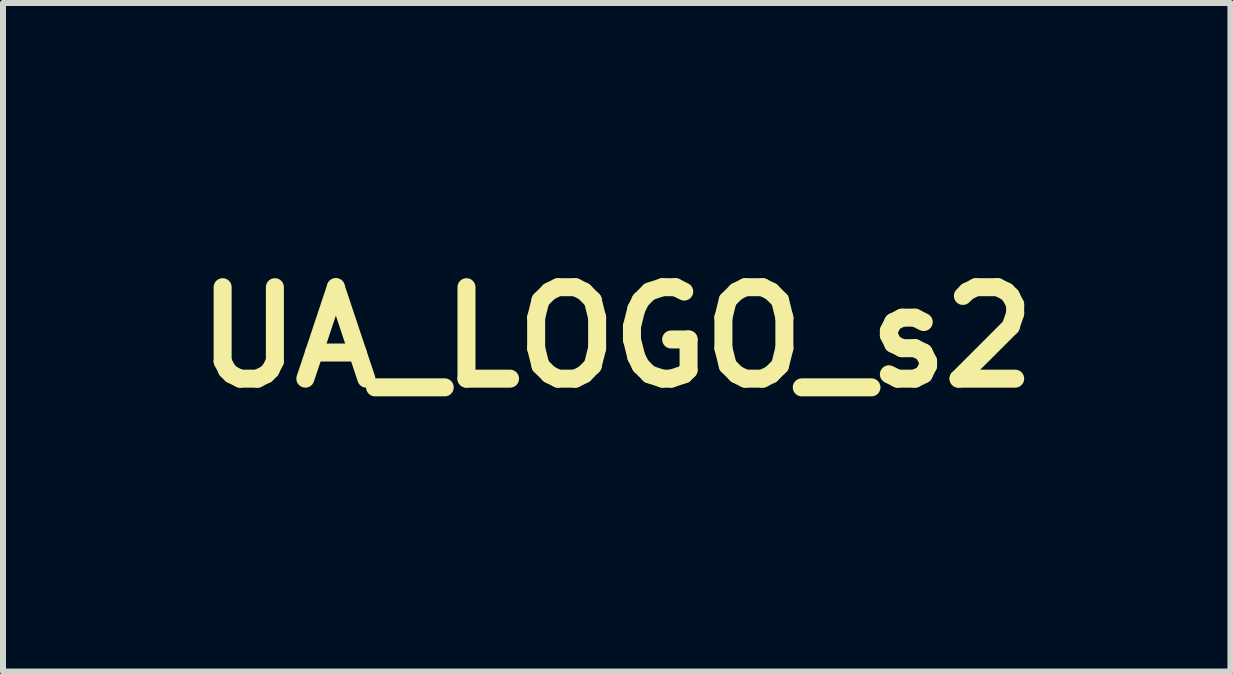
<source format=kicad_pcb>
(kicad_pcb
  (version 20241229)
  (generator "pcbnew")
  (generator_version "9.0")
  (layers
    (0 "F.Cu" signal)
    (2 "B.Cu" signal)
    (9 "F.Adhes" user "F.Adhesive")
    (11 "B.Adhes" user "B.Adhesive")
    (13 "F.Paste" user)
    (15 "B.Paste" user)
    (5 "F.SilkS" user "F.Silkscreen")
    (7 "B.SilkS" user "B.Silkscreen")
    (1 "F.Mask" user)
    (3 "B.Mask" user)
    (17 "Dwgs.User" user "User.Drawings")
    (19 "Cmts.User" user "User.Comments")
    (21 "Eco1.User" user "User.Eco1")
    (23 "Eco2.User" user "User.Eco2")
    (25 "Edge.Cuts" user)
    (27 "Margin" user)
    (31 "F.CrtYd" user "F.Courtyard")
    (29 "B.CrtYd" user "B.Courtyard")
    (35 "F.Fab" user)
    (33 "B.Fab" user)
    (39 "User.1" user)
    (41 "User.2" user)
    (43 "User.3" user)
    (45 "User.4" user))
  (footprint "UA_LOGO_s2"
    (layer "F.Cu")
    (at 7.228 2.571)
    (property "Reference" "UA_LOGO_s2" (at 0 0 0) (layer "F.SilkS") (effects (font (size 1.524 1.524) (thickness 0.3))))
    (attr through_hole)
    (fp_poly (pts (xy 0.000377 -2.566) (xy 0.001 -2.565) (xy 0.002 -2.564) (xy 0.004 -2.562) (xy 0.006 -2.56) (xy 0.008 -2.557) (xy 0.01 -2.555) (xy 0.013 -2.552) (xy 0.015 -2.549) (xy 0.018 -2.546) (xy 0.02 -2.543) (xy 0.023 -2.539) (xy 0.024 -2.538) (xy 0.039 -2.519) (xy 0.053 -2.5) (xy 0.066 -2.48) (xy 0.079 -2.459) (xy 0.092 -2.438) (xy 0.103 -2.417) (xy 0.114 -2.396) (xy 0.124 -2.374) (xy 0.134 -2.352) (xy 0.143 -2.33) (xy 0.151 -2.307) (xy 0.158 -2.285) (xy 0.165 -2.261) (xy 0.171 -2.238) (xy 0.176 -2.215) (xy 0.181 -2.191) (xy 0.185 -2.167) (xy 0.188 -2.143) (xy 0.189 -2.134) (xy 0.19 -2.125) (xy 0.19 -2.116) (xy 0.191 -2.107) (xy 0.191 -2.097) (xy 0.192 -2.088) (xy 0.192 -2.079) (xy 0.192 -2.069) (xy 0.192 -2.059) (xy 0.192 -2.048) (xy 0.192 -2.037) (xy 0.192 -2.025) (xy 0.192 -2.023) (xy 0.192 -2.01) (xy 0.191 -1.997) (xy 0.191 -1.985) (xy 0.19 -1.973) (xy 0.19 -1.96) (xy 0.19 -1.948) (xy 0.189 -1.936) (xy 0.189 -1.924) (xy 0.188 -1.912) (xy 0.188 -1.899) (xy 0.187 -1.887) (xy 0.187 -1.875) (xy 0.186 -1.862) (xy 0.186 -1.85) (xy 0.185 -1.837) (xy 0.185 -1.824) (xy 0.184 -1.811) (xy 0.183 -1.798) (xy 0.183 -1.784) (xy 0.182 -1.77) (xy 0.181 -1.756) (xy 0.18 -1.741) (xy 0.179 -1.727) (xy 0.179 -1.711) (xy 0.178 -1.696) (xy 0.177 -1.679) (xy 0.176 -1.663) (xy 0.175 -1.646) (xy 0.174 -1.628) (xy 0.172 -1.61) (xy 0.171 -1.592) (xy 0.17 -1.572) (xy 0.169 -1.553) (xy 0.167 -1.532) (xy 0.166 -1.511) (xy 0.164 -1.489) (xy 0.163 -1.467) (xy 0.161 -1.443) (xy 0.161 -1.433) (xy 0.16 -1.417) (xy 0.159 -1.402) (xy 0.158 -1.388) (xy 0.157 -1.374) (xy 0.156 -1.361) (xy 0.155 -1.349) (xy 0.154 -1.337) (xy 0.153 -1.325) (xy 0.153 -1.314) (xy 0.152 -1.304) (xy 0.151 -1.294) (xy 0.151 -1.285) (xy 0.15 -1.275) (xy 0.149 -1.266) (xy 0.149 -1.258) (xy 0.148 -1.25) (xy 0.148 -1.241) (xy 0.147 -1.234) (xy 0.147 -1.226) (xy 0.146 -1.218) (xy 0.146 -1.211) (xy 0.145 -1.203) (xy 0.145 -1.196) (xy 0.145 -1.188) (xy 0.144 -1.181) (xy 0.144 -1.173) (xy 0.143 -1.166) (xy 0.143 -1.158) (xy 0.143 -1.157) (xy 0.141 -1.124) (xy 0.139 -1.093) (xy 0.138 -1.062) (xy 0.136 -1.032) (xy 0.135 -1.002) (xy 0.134 -0.974) (xy 0.132 -0.946) (xy 0.132 -0.918) (xy 0.131 -0.891) (xy 0.13 -0.865) (xy 0.129 -0.84) (xy 0.129 -0.82) (xy 0.129 -0.811) (xy 0.129 -0.803) (xy 0.129 -0.795) (xy 0.128 -0.788) (xy 0.128 -0.781) (xy 0.128 -0.776) (xy 0.128 -0.77) (xy 0.128 -0.765) (xy 0.128 -0.76) (xy 0.128 -0.756) (xy 0.128 -0.752) (xy 0.128 -0.748) (xy 0.128 -0.744) (xy 0.128 -0.741) (xy 0.128 -0.737) (xy 0.128 -0.734) (xy 0.128 -0.73) (xy 0.128 -0.728) (xy 0.128 -0.692) (xy 0.129 -0.657) (xy 0.131 -0.62) (xy 0.133 -0.584) (xy 0.136 -0.548) (xy 0.14 -0.511) (xy 0.145 -0.474) (xy 0.15 -0.436) (xy 0.156 -0.399) (xy 0.162 -0.361) (xy 0.169 -0.322) (xy 0.177 -0.284) (xy 0.186 -0.245) (xy 0.187 -0.237) (xy 0.194 -0.211) (xy 0.2 -0.185) (xy 0.207 -0.158) (xy 0.214 -0.131) (xy 0.221 -0.104) (xy 0.229 -0.077) (xy 0.237 -0.049) (xy 0.246 -0.021) (xy 0.255 0.007) (xy 0.264 0.036) (xy 0.273 0.065) (xy 0.283 0.095) (xy 0.294 0.125) (xy 0.305 0.155) (xy 0.316 0.186) (xy 0.328 0.218) (xy 0.34 0.25) (xy 0.352 0.283) (xy 0.362 0.309) (xy 0.365 0.316) (xy 0.368 0.323) (xy 0.37 0.329) (xy 0.372 0.334) (xy 0.374 0.339) (xy 0.376 0.344) (xy 0.377 0.348) (xy 0.379 0.351) (xy 0.38 0.355) (xy 0.381 0.358) (xy 0.383 0.36) (xy 0.384 0.363) (xy 0.385 0.365) (xy 0.386 0.368) (xy 0.387 0.37) (xy 0.388 0.372) (xy 0.389 0.374) (xy 0.39 0.376) (xy 0.391 0.379) (xy 0.391 0.379) (xy 0.396 0.389) (xy 0.401 0.4) (xy 0.407 0.412) (xy 0.413 0.424) (xy 0.419 0.436) (xy 0.425 0.448) (xy 0.431 0.46) (xy 0.438 0.473) (xy 0.444 0.485) (xy 0.45 0.497) (xy 0.452 0.501) (xy 0.455 0.507) (xy 0.458 0.513) (xy 0.461 0.519) (xy 0.465 0.525) (xy 0.468 0.532) (xy 0.471 0.538) (xy 0.475 0.545) (xy 0.479 0.552) (xy 0.482 0.559) (xy 0.486 0.566) (xy 0.49 0.573) (xy 0.493 0.58) (xy 0.497 0.587) (xy 0.501 0.594) (xy 0.504 0.601) (xy 0.508 0.607) (xy 0.511 0.614) (xy 0.514 0.62) (xy 0.517 0.625) (xy 0.52 0.631) (xy 0.523 0.636) (xy 0.526 0.641) (xy 0.528 0.646) (xy 0.53 0.65) (xy 0.532 0.653) (xy 0.534 0.656) (xy 0.535 0.659) (xy 0.536 0.661) (xy 0.537 0.662) (xy 0.537 0.663) (xy 0.538 0.663) (xy 0.538 0.663) (xy 0.539 0.663) (xy 0.541 0.662) (xy 0.543 0.662) (xy 0.546 0.661) (xy 0.55 0.661) (xy 0.554 0.66) (xy 0.558 0.659) (xy 0.563 0.658) (xy 0.569 0.657) (xy 0.574 0.656) (xy 0.58 0.655) (xy 0.586 0.653) (xy 0.593 0.652) (xy 0.599 0.651) (xy 0.606 0.65) (xy 0.612 0.648) (xy 0.619 0.647) (xy 0.626 0.645) (xy 0.633 0.644) (xy 0.639 0.643) (xy 0.646 0.641) (xy 0.652 0.64) (xy 0.658 0.639) (xy 0.664 0.638) (xy 0.669 0.637) (xy 0.674 0.636) (xy 0.679 0.635) (xy 0.684 0.634) (xy 0.687 0.633) (xy 0.691 0.632) (xy 0.693 0.632) (xy 0.696 0.631) (xy 0.697 0.631) (xy 0.697 0.631) (xy 0.711 0.628) (xy 0.724 0.624) (xy 0.737 0.619) (xy 0.749 0.613) (xy 0.762 0.607) (xy 0.774 0.601) (xy 0.785 0.593) (xy 0.796 0.585) (xy 0.807 0.577) (xy 0.817 0.568) (xy 0.827 0.558) (xy 0.836 0.548) (xy 0.845 0.537) (xy 0.853 0.526) (xy 0.86 0.515) (xy 0.867 0.503) (xy 0.872 0.494) (xy 0.877 0.482) (xy 0.882 0.47) (xy 0.886 0.458) (xy 0.89 0.445) (xy 0.893 0.433) (xy 0.895 0.42) (xy 0.897 0.406) (xy 0.897 0.406) (xy 0.897 0.403) (xy 0.897 0.399) (xy 0.898 0.395) (xy 0.898 0.391) (xy 0.898 0.386) (xy 0.898 0.381) (xy 0.898 0.377) (xy 0.898 0.372) (xy 0.898 0.368) (xy 0.898 0.365) (xy 0.898 0.365) (xy 0.896 0.351) (xy 0.894 0.337) (xy 0.892 0.323) (xy 0.888 0.31) (xy 0.884 0.296) (xy 0.879 0.284) (xy 0.874 0.271) (xy 0.867 0.259) (xy 0.861 0.247) (xy 0.853 0.235) (xy 0.845 0.224) (xy 0.836 0.214) (xy 0.827 0.203) (xy 0.817 0.194) (xy 0.807 0.184) (xy 0.796 0.176) (xy 0.796 0.176) (xy 0.784 0.168) (xy 0.773 0.16) (xy 0.761 0.154) (xy 0.749 0.148) (xy 0.736 0.142) (xy 0.724 0.137) (xy 0.711 0.133) (xy 0.698 0.13) (xy 0.684 0.128) (xy 0.671 0.126) (xy 0.658 0.124) (xy 0.65 0.124) (xy 0.641 0.124) (xy 0.614 0.127) (xy 0.61 0.127) (xy 0.605 0.128) (xy 0.601 0.128) (xy 0.598 0.129) (xy 0.594 0.129) (xy 0.592 0.129) (xy 0.59 0.129) (xy 0.588 0.13) (xy 0.587 0.13) (xy 0.587 0.13) (xy 0.587 0.129) (xy 0.587 0.128) (xy 0.587 0.126) (xy 0.587 0.124) (xy 0.588 0.12) (xy 0.588 0.116) (xy 0.589 0.112) (xy 0.589 0.106) (xy 0.59 0.1) (xy 0.591 0.094) (xy 0.592 0.086) (xy 0.593 0.079) (xy 0.594 0.07) (xy 0.595 0.061) (xy 0.596 0.051) (xy 0.597 0.041) (xy 0.598 0.03) (xy 0.6 0.019) (xy 0.601 0.007) (xy 0.603 -0.005) (xy 0.604 -0.018) (xy 0.606 -0.031) (xy 0.607 -0.045) (xy 0.609 -0.059) (xy 0.611 -0.073) (xy 0.611 -0.079) (xy 0.869 -0.079) (xy 0.87 -0.079) (xy 0.871 -0.078) (xy 0.872 -0.077) (xy 0.874 -0.076) (xy 0.876 -0.075) (xy 0.893 -0.066) (xy 0.911 -0.056) (xy 0.927 -0.045) (xy 0.944 -0.033) (xy 0.959 -0.021) (xy 0.975 -0.009) (xy 0.99 0.005) (xy 1.004 0.018) (xy 1.018 0.033) (xy 1.031 0.047) (xy 1.043 0.062) (xy 1.055 0.078) (xy 1.066 0.094) (xy 1.077 0.11) (xy 1.087 0.127) (xy 1.096 0.144) (xy 1.105 0.162) (xy 1.113 0.179) (xy 1.12 0.197) (xy 1.127 0.216) (xy 1.133 0.234) (xy 1.135 0.243) (xy 1.136 0.245) (xy 1.137 0.248) (xy 1.137 0.249) (xy 1.138 0.251) (xy 1.138 0.252) (xy 1.138 0.252) (xy 1.138 0.252) (xy 1.138 0.252) (xy 1.139 0.252) (xy 1.14 0.252) (xy 1.142 0.252) (xy 1.144 0.252) (xy 1.146 0.252) (xy 1.149 0.252) (xy 1.152 0.252) (xy 1.156 0.252) (xy 1.16 0.252) (xy 1.165 0.252) (xy 1.171 0.252) (xy 1.177 0.252) (xy 1.184 0.252) (xy 1.191 0.252) (xy 1.199 0.252) (xy 1.208 0.252) (xy 1.211 0.252) (xy 1.283 0.252) (xy 1.283 -0.697) (xy 1.283 -0.731) (xy 1.283 -0.763) (xy 1.283 -0.795) (xy 1.283 -0.826) (xy 1.283 -0.856) (xy 1.283 -0.886) (xy 1.283 -0.914) (xy 1.283 -0.943) (xy 1.283 -0.97) (xy 1.283 -0.997) (xy 1.283 -1.023) (xy 1.283 -1.048) (xy 1.283 -1.073) (xy 1.283 -1.097) (xy 1.283 -1.12) (xy 1.283 -1.143) (xy 1.283 -1.165) (xy 1.283 -1.186) (xy 1.283 -1.207) (xy 1.283 -1.227) (xy 1.283 -1.247) (xy 1.283 -1.266) (xy 1.283 -1.284) (xy 1.283 -1.302) (xy 1.283 -1.32) (xy 1.283 -1.336) (xy 1.283 -1.352) (xy 1.283 -1.368) (xy 1.283 -1.383) (xy 1.283 -1.398) (xy 1.283 -1.412) (xy 1.283 -1.425) (xy 1.283 -1.438) (xy 1.283 -1.451) (xy 1.283 -1.463) (xy 1.283 -1.475) (xy 1.283 -1.486) (xy 1.283 -1.497) (xy 1.283 -1.507) (xy 1.283 -1.517) (xy 1.283 -1.526) (xy 1.283 -1.535) (xy 1.283 -1.543) (xy 1.283 -1.551) (xy 1.283 -1.559) (xy 1.283 -1.566) (xy 1.283 -1.573) (xy 1.283 -1.58) (xy 1.283 -1.586) (xy 1.283 -1.592) (xy 1.283 -1.597) (xy 1.283 -1.602) (xy 1.283 -1.607) (xy 1.283 -1.612) (xy 1.283 -1.616) (xy 1.283 -1.62) (xy 1.283 -1.623) (xy 1.283 -1.627) (xy 1.283 -1.629) (xy 1.283 -1.632) (xy 1.283 -1.635) (xy 1.283 -1.637) (xy 1.283 -1.639) (xy 1.283 -1.64) (xy 1.283 -1.642) (xy 1.283 -1.643) (xy 1.283 -1.644) (xy 1.283 -1.645) (xy 1.283 -1.646) (xy 1.283 -1.646) (xy 1.283 -1.646) (xy 1.283 -1.646) (xy 1.283 -1.646) (xy 1.282 -1.646) (xy 1.281 -1.645) (xy 1.28 -1.644) (xy 1.279 -1.642) (xy 1.277 -1.64) (xy 1.275 -1.638) (xy 1.274 -1.636) (xy 1.254 -1.611) (xy 1.234 -1.585) (xy 1.215 -1.559) (xy 1.196 -1.533) (xy 1.178 -1.506) (xy 1.161 -1.479) (xy 1.145 -1.452) (xy 1.129 -1.424) (xy 1.114 -1.395) (xy 1.099 -1.367) (xy 1.085 -1.338) (xy 1.078 -1.321) (xy 1.065 -1.292) (xy 1.053 -1.262) (xy 1.042 -1.232) (xy 1.032 -1.202) (xy 1.022 -1.172) (xy 1.013 -1.141) (xy 1.004 -1.11) (xy 0.997 -1.079) (xy 0.99 -1.048) (xy 0.984 -1.017) (xy 0.979 -0.985) (xy 0.974 -0.954) (xy 0.974 -0.953) (xy 0.974 -0.951) (xy 0.973 -0.949) (xy 0.973 -0.946) (xy 0.973 -0.942) (xy 0.972 -0.938) (xy 0.971 -0.933) (xy 0.971 -0.927) (xy 0.97 -0.921) (xy 0.969 -0.914) (xy 0.968 -0.907) (xy 0.967 -0.899) (xy 0.966 -0.891) (xy 0.965 -0.882) (xy 0.964 -0.872) (xy 0.963 -0.862) (xy 0.962 -0.852) (xy 0.96 -0.841) (xy 0.959 -0.83) (xy 0.958 -0.818) (xy 0.956 -0.806) (xy 0.955 -0.794) (xy 0.953 -0.781) (xy 0.952 -0.768) (xy 0.95 -0.755) (xy 0.948 -0.741) (xy 0.947 -0.727) (xy 0.945 -0.713) (xy 0.943 -0.698) (xy 0.942 -0.684) (xy 0.94 -0.669) (xy 0.938 -0.654) (xy 0.936 -0.639) (xy 0.934 -0.623) (xy 0.932 -0.608) (xy 0.931 -0.592) (xy 0.929 -0.576) (xy 0.927 -0.561) (xy 0.925 -0.545) (xy 0.923 -0.529) (xy 0.921 -0.513) (xy 0.919 -0.497) (xy 0.917 -0.482) (xy 0.915 -0.466) (xy 0.914 -0.45) (xy 0.912 -0.435) (xy 0.91 -0.419) (xy 0.908 -0.404) (xy 0.906 -0.388) (xy 0.904 -0.373) (xy 0.903 -0.358) (xy 0.901 -0.343) (xy 0.899 -0.329) (xy 0.897 -0.314) (xy 0.896 -0.3) (xy 0.894 -0.286) (xy 0.892 -0.273) (xy 0.891 -0.26) (xy 0.889 -0.247) (xy 0.888 -0.234) (xy 0.886 -0.222) (xy 0.885 -0.21) (xy 0.884 -0.198) (xy 0.882 -0.187) (xy 0.881 -0.177) (xy 0.88 -0.166) (xy 0.879 -0.157) (xy 0.877 -0.147) (xy 0.876 -0.139) (xy 0.875 -0.13) (xy 0.874 -0.123) (xy 0.874 -0.116) (xy 0.873 -0.109) (xy 0.872 -0.103) (xy 0.872 -0.098) (xy 0.871 -0.093) (xy 0.87 -0.089) (xy 0.87 -0.085) (xy 0.87 -0.083) (xy 0.869 -0.081) (xy 0.869 -0.079) (xy 0.869 -0.079) (xy 0.869 -0.079) (xy 0.611 -0.079) (xy 0.613 -0.088) (xy 0.614 -0.104) (xy 0.616 -0.119) (xy 0.618 -0.136) (xy 0.62 -0.152) (xy 0.622 -0.169) (xy 0.624 -0.186) (xy 0.626 -0.204) (xy 0.629 -0.222) (xy 0.631 -0.24) (xy 0.633 -0.258) (xy 0.635 -0.277) (xy 0.637 -0.296) (xy 0.64 -0.315) (xy 0.642 -0.334) (xy 0.644 -0.354) (xy 0.647 -0.374) (xy 0.649 -0.39) (xy 0.651 -0.41) (xy 0.653 -0.43) (xy 0.656 -0.449) (xy 0.658 -0.469) (xy 0.66 -0.488) (xy 0.663 -0.507) (xy 0.665 -0.526) (xy 0.667 -0.544) (xy 0.669 -0.562) (xy 0.671 -0.58) (xy 0.674 -0.598) (xy 0.676 -0.615) (xy 0.678 -0.632) (xy 0.68 -0.648) (xy 0.682 -0.665) (xy 0.683 -0.68) (xy 0.685 -0.696) (xy 0.687 -0.711) (xy 0.689 -0.725) (xy 0.691 -0.74) (xy 0.692 -0.753) (xy 0.694 -0.767) (xy 0.695 -0.78) (xy 0.697 -0.792) (xy 0.698 -0.804) (xy 0.7 -0.815) (xy 0.701 -0.826) (xy 0.702 -0.836) (xy 0.703 -0.846) (xy 0.704 -0.855) (xy 0.705 -0.863) (xy 0.706 -0.871) (xy 0.707 -0.879) (xy 0.708 -0.885) (xy 0.709 -0.891) (xy 0.709 -0.897) (xy 0.71 -0.902) (xy 0.71 -0.906) (xy 0.711 -0.909) (xy 0.711 -0.912) (xy 0.711 -0.913) (xy 0.711 -0.915) (xy 0.711 -0.915) (xy 0.712 -0.917) (xy 0.712 -0.919) (xy 0.712 -0.922) (xy 0.713 -0.925) (xy 0.713 -0.928) (xy 0.713 -0.932) (xy 0.713 -0.934) (xy 0.717 -0.969) (xy 0.722 -1.003) (xy 0.727 -1.037) (xy 0.733 -1.072) (xy 0.74 -1.106) (xy 0.747 -1.14) (xy 0.756 -1.173) (xy 0.764 -1.207) (xy 0.774 -1.24) (xy 0.785 -1.273) (xy 0.796 -1.306) (xy 0.807 -1.339) (xy 0.82 -1.371) (xy 0.833 -1.403) (xy 0.845 -1.431) (xy 0.86 -1.463) (xy 0.876 -1.495) (xy 0.892 -1.526) (xy 0.909 -1.557) (xy 0.926 -1.587) (xy 0.944 -1.617) (xy 0.963 -1.647) (xy 0.982 -1.676) (xy 1.002 -1.705) (xy 1.023 -1.733) (xy 1.044 -1.761) (xy 1.066 -1.788) (xy 1.089 -1.815) (xy 1.112 -1.842) (xy 1.136 -1.868) (xy 1.16 -1.893) (xy 1.185 -1.918) (xy 1.21 -1.943) (xy 1.223 -1.954) (xy 1.248 -1.977) (xy 1.274 -1.999) (xy 1.3 -2.021) (xy 1.327 -2.043) (xy 1.354 -2.063) (xy 1.382 -2.084) (xy 1.411 -2.103) (xy 1.439 -2.122) (xy 1.468 -2.141) (xy 1.497 -2.158) (xy 1.515 -2.168) (xy 1.52 -2.171) (xy 1.524 -2.174) (xy 1.528 -2.176) (xy 1.531 -2.178) (xy 1.534 -2.179) (xy 1.536 -2.18) (xy 1.538 -2.181) (xy 1.539 -2.182) (xy 1.539 -2.182) (xy 1.54 -2.182) (xy 1.54 -2.182) (xy 1.54 -2.181) (xy 1.54 -2.181) (xy 1.54 -2.179) (xy 1.54 -2.178) (xy 1.54 -2.176) (xy 1.54 -2.174) (xy 1.54 -2.171) (xy 1.54 -2.168) (xy 1.54 -2.165) (xy 1.54 -2.161) (xy 1.54 -2.157) (xy 1.54 -2.152) (xy 1.54 -2.147) (xy 1.54 -2.142) (xy 1.54 -2.136) (xy 1.54 -2.13) (xy 1.54 -2.124) (xy 1.54 -2.117) (xy 1.54 -2.11) (xy 1.54 -2.102) (xy 1.54 -2.094) (xy 1.54 -2.085) (xy 1.54 -2.076) (xy 1.54 -2.066) (xy 1.54 -2.056) (xy 1.54 -2.046) (xy 1.54 -2.035) (xy 1.54 -2.023) (xy 1.54 -2.011) (xy 1.54 -1.999) (xy 1.54 -1.986) (xy 1.54 -1.973) (xy 1.54 -1.959) (xy 1.54 -1.945) (xy 1.54 -1.93) (xy 1.54 -1.915) (xy 1.54 -1.899) (xy 1.54 -1.882) (xy 1.54 -1.865) (xy 1.54 -1.848) (xy 1.54 -1.83) (xy 1.54 -1.812) (xy 1.54 -1.793) (xy 1.54 -1.773) (xy 1.54 -1.753) (xy 1.54 -1.732) (xy 1.54 -1.711) (xy 1.54 -1.689) (xy 1.54 -1.667) (xy 1.54 -1.644) (xy 1.54 -1.62) (xy 1.54 -1.596) (xy 1.54 -1.571) (xy 1.54 -1.546) (xy 1.54 -1.52) (xy 1.54 -1.493) (xy 1.54 -1.466) (xy 1.54 -1.438) (xy 1.54 -1.41) (xy 1.54 -1.381) (xy 1.54 -1.351) (xy 1.54 -1.321) (xy 1.54 -1.29) (xy 1.54 -1.258) (xy 1.54 -1.226) (xy 1.54 -1.193) (xy 1.54 -1.16) (xy 1.54 -1.125) (xy 1.54 -1.09) (xy 1.54 -1.055) (xy 1.54 -1.018) (xy 1.54 -0.981) (xy 1.54 -0.944) (xy 1.54 -0.905) (xy 1.54 -0.866) (xy 1.54 -0.827) (xy 1.54 -0.786) (xy 1.54 -0.745) (xy 1.54 -0.703) (xy 1.54 -0.66) (xy 1.54 -0.617) (xy 1.54 -0.573) (xy 1.54 -0.528) (xy 1.54 -0.482) (xy 1.54 -0.436) (xy 1.54 -0.389) (xy 1.54 -0.341) (xy 1.54 -0.323) (xy 1.54 1.536) (xy 0.682 1.536) (xy 0.681 1.537) (xy 0.681 1.538) (xy 0.681 1.539) (xy 0.681 1.541) (xy 0.68 1.544) (xy 0.68 1.546) (xy 0.679 1.55) (xy 0.678 1.553) (xy 0.678 1.555) (xy 0.671 1.587) (xy 0.664 1.619) (xy 0.656 1.65) (xy 0.647 1.681) (xy 0.637 1.713) (xy 0.627 1.743) (xy 0.616 1.774) (xy 0.604 1.804) (xy 0.591 1.834) (xy 0.578 1.864) (xy 0.564 1.894) (xy 0.55 1.923) (xy 0.535 1.952) (xy 0.519 1.98) (xy 0.502 2.008) (xy 0.485 2.036) (xy 0.467 2.063) (xy 0.449 2.09) (xy 0.43 2.117) (xy 0.41 2.143) (xy 0.389 2.168) (xy 0.368 2.194) (xy 0.356 2.208) (xy 0.337 2.23) (xy 0.316 2.251) (xy 0.296 2.273) (xy 0.274 2.294) (xy 0.253 2.314) (xy 0.231 2.334) (xy 0.212 2.351) (xy 0.206 2.356) (xy 0.2 2.361) (xy 0.194 2.366) (xy 0.188 2.371) (xy 0.182 2.376) (xy 0.176 2.381) (xy 0.171 2.385) (xy 0.166 2.389) (xy 0.161 2.393) (xy 0.157 2.396) (xy 0.153 2.399) (xy 0.151 2.4) (xy 0.138 2.409) (xy 0.126 2.419) (xy 0.114 2.429) (xy 0.102 2.439) (xy 0.09 2.45) (xy 0.084 2.456) (xy 0.076 2.465) (xy 0.069 2.472) (xy 0.061 2.48) (xy 0.055 2.488) (xy 0.048 2.496) (xy 0.041 2.505) (xy 0.038 2.509) (xy 0.032 2.516) (xy 0.027 2.524) (xy 0.022 2.532) (xy 0.017 2.539) (xy 0.011 2.547) (xy 0.007 2.555) (xy 0.003 2.561) (xy 0.002 2.563) (xy 0.001 2.564) (xy 0.000432 2.565) (xy 0.000052 2.566) (xy 0.000007 2.566) (xy -0.000277 2.566) (xy -0.001 2.565) (xy -0.002 2.563) (xy -0.003 2.562) (xy -0.004 2.56) (xy -0.013 2.544) (xy -0.024 2.528) (xy -0.035 2.513) (xy -0.047 2.498) (xy -0.06 2.482) (xy -0.067 2.474) (xy -0.069 2.472) (xy -0.072 2.469) (xy -0.075 2.466) (xy -0.078 2.462) (xy -0.082 2.459) (xy -0.085 2.455) (xy -0.089 2.452) (xy -0.092 2.448) (xy -0.095 2.445) (xy -0.099 2.442) (xy -0.101 2.44) (xy -0.103 2.438) (xy -0.112 2.431) (xy -0.12 2.423) (xy -0.129 2.417) (xy -0.137 2.41) (xy -0.146 2.403) (xy -0.151 2.4) (xy -0.155 2.397) (xy -0.16 2.393) (xy -0.165 2.389) (xy -0.171 2.385) (xy -0.177 2.38) (xy -0.183 2.375) (xy -0.189 2.37) (xy -0.196 2.364) (xy -0.203 2.358) (xy -0.21 2.353) (xy -0.216 2.347) (xy -0.223 2.341) (xy -0.23 2.335) (xy -0.237 2.329) (xy -0.243 2.323) (xy -0.245 2.321) (xy -0.255 2.312) (xy -0.265 2.303) (xy -0.276 2.293) (xy -0.286 2.282) (xy -0.296 2.272) (xy -0.307 2.262) (xy -0.316 2.251) (xy -0.326 2.241) (xy -0.333 2.234) (xy -0.355 2.209) (xy -0.376 2.184) (xy -0.397 2.159) (xy -0.417 2.133) (xy -0.437 2.107) (xy -0.456 2.08) (xy -0.474 2.053) (xy -0.491 2.026) (xy -0.508 1.998) (xy -0.525 1.97) (xy -0.54 1.941) (xy -0.555 1.912) (xy -0.569 1.883) (xy -0.583 1.854) (xy -0.596 1.824) (xy -0.608 1.794) (xy -0.62 1.763) (xy -0.63 1.733) (xy -0.641 1.702) (xy -0.65 1.671) (xy -0.659 1.639) (xy -0.666 1.608) (xy -0.674 1.576) (xy -0.679 1.551) (xy -0.679 1.548) (xy -0.68 1.545) (xy -0.68 1.542) (xy -0.681 1.54) (xy -0.681 1.538) (xy -0.681 1.537) (xy -0.681 1.537) (xy -0.682 1.536) (xy -0.683 1.536) (xy -0.42 1.536) (xy -0.42 1.538) (xy -0.418 1.545) (xy -0.416 1.552) (xy -0.415 1.558) (xy -0.413 1.563) (xy -0.412 1.569) (xy -0.411 1.574) (xy -0.409 1.579) (xy -0.408 1.583) (xy -0.407 1.588) (xy -0.405 1.594) (xy -0.404 1.597) (xy -0.396 1.625) (xy -0.386 1.653) (xy -0.376 1.681) (xy -0.366 1.709) (xy -0.354 1.736) (xy -0.342 1.763) (xy -0.329 1.79) (xy -0.316 1.816) (xy -0.302 1.842) (xy -0.287 1.867) (xy -0.272 1.893) (xy -0.255 1.917) (xy -0.239 1.942) (xy -0.221 1.966) (xy -0.203 1.989) (xy -0.185 2.013) (xy -0.166 2.035) (xy -0.148 2.055) (xy -0.146 2.057) (xy -0.145 2.059) (xy -0.142 2.061) (xy -0.14 2.063) (xy -0.138 2.066) (xy -0.136 2.068) (xy -0.134 2.07) (xy -0.132 2.072) (xy -0.131 2.074) (xy -0.13 2.075) (xy -0.129 2.076) (xy -0.128 2.076) (xy -0.128 2.076) (xy -0.128 2.076) (xy -0.128 2.075) (xy -0.128 2.073) (xy -0.128 2.07) (xy -0.128 2.067) (xy -0.128 2.063) (xy -0.128 2.058) (xy -0.128 2.053) (xy -0.128 2.047) (xy -0.128 2.041) (xy -0.128 2.034) (xy -0.128 2.026) (xy -0.128 2.018) (xy -0.128 2.01) (xy -0.128 2) (xy -0.128 1.991) (xy -0.128 1.981) (xy -0.128 1.97) (xy -0.128 1.959) (xy -0.128 1.948) (xy -0.128 1.936) (xy -0.128 1.924) (xy -0.128 1.912) (xy -0.128 1.899) (xy -0.128 1.886) (xy -0.128 1.873) (xy -0.128 1.859) (xy -0.128 1.845) (xy -0.128 1.831) (xy -0.128 1.817) (xy -0.128 1.806) (xy -0.128 1.536) (xy 0.128 1.536) (xy 0.128 2.076) (xy 0.129 2.075) (xy 0.13 2.075) (xy 0.131 2.074) (xy 0.132 2.072) (xy 0.133 2.071) (xy 0.135 2.069) (xy 0.136 2.068) (xy 0.156 2.046) (xy 0.176 2.023) (xy 0.195 2) (xy 0.213 1.977) (xy 0.231 1.953) (xy 0.248 1.929) (xy 0.264 1.904) (xy 0.28 1.879) (xy 0.295 1.854) (xy 0.309 1.828) (xy 0.323 1.802) (xy 0.336 1.775) (xy 0.349 1.748) (xy 0.361 1.721) (xy 0.372 1.694) (xy 0.382 1.666) (xy 0.392 1.638) (xy 0.4 1.61) (xy 0.402 1.604) (xy 0.405 1.594) (xy 0.408 1.583) (xy 0.411 1.571) (xy 0.414 1.559) (xy 0.417 1.547) (xy 0.42 1.538) (xy 0.42 1.536) (xy 0.128 1.536) (xy -0.128 1.536) (xy -0.42 1.536) (xy -0.683 1.536) (xy -1.111 1.536) (xy -1.54 1.536) (xy -1.54 1.279) (xy -1.283 1.279) (xy -0.706 1.279) (xy -0.449 1.279) (xy -0.128 1.279) (xy 0.128 1.279) (xy 0.449 1.279) (xy 0.449 1.269) (xy 0.449 1.265) (xy 0.449 1.26) (xy 0.449 1.254) (xy 0.449 1.248) (xy 0.448 1.242) (xy 0.448 1.236) (xy 0.448 1.231) (xy 0.448 1.227) (xy 0.446 1.198) (xy 0.444 1.17) (xy 0.441 1.141) (xy 0.437 1.113) (xy 0.432 1.085) (xy 0.427 1.057) (xy 0.421 1.029) (xy 0.414 1.001) (xy 0.413 0.997) (xy 0.412 0.992) (xy 0.411 0.988) (xy 0.41 0.983) (xy 0.409 0.979) (xy 0.408 0.975) (xy 0.407 0.971) (xy 0.406 0.968) (xy 0.405 0.965) (xy 0.405 0.965) (xy 0.404 0.962) (xy 0.398 0.963) (xy 0.383 0.966) (xy 0.368 0.969) (xy 0.353 0.974) (xy 0.338 0.979) (xy 0.323 0.985) (xy 0.309 0.991) (xy 0.305 0.993) (xy 0.302 0.995) (xy 0.299 0.996) (xy 0.297 0.997) (xy 0.295 0.999) (xy 0.292 1) (xy 0.29 1.001) (xy 0.287 1.003) (xy 0.286 1.004) (xy 0.273 1.012) (xy 0.26 1.02) (xy 0.248 1.03) (xy 0.236 1.04) (xy 0.225 1.05) (xy 0.214 1.061) (xy 0.204 1.073) (xy 0.194 1.085) (xy 0.185 1.098) (xy 0.176 1.111) (xy 0.168 1.124) (xy 0.167 1.126) (xy 0.16 1.14) (xy 0.154 1.154) (xy 0.148 1.169) (xy 0.143 1.184) (xy 0.139 1.198) (xy 0.135 1.214) (xy 0.132 1.229) (xy 0.13 1.245) (xy 0.13 1.25) (xy 0.129 1.253) (xy 0.129 1.256) (xy 0.129 1.259) (xy 0.129 1.262) (xy 0.129 1.266) (xy 0.128 1.269) (xy 0.128 1.272) (xy 0.128 1.275) (xy 0.128 1.277) (xy 0.128 1.279) (xy -0.128 1.279) (xy -0.128 1.277) (xy -0.128 1.273) (xy -0.128 1.268) (xy -0.129 1.263) (xy -0.129 1.258) (xy -0.129 1.253) (xy -0.13 1.247) (xy -0.13 1.242) (xy -0.131 1.238) (xy -0.133 1.223) (xy -0.136 1.208) (xy -0.14 1.193) (xy -0.145 1.178) (xy -0.15 1.164) (xy -0.156 1.15) (xy -0.162 1.136) (xy -0.169 1.122) (xy -0.177 1.109) (xy -0.186 1.096) (xy -0.195 1.084) (xy -0.205 1.072) (xy -0.215 1.06) (xy -0.226 1.049) (xy -0.237 1.039) (xy -0.239 1.037) (xy -0.251 1.027) (xy -0.263 1.018) (xy -0.276 1.009) (xy -0.29 1.001) (xy -0.303 0.994) (xy -0.317 0.987) (xy -0.332 0.981) (xy -0.346 0.976) (xy -0.361 0.971) (xy -0.37 0.969) (xy -0.374 0.968) (xy -0.378 0.967) (xy -0.381 0.966) (xy -0.385 0.965) (xy -0.388 0.965) (xy -0.392 0.964) (xy -0.395 0.964) (xy -0.398 0.963) (xy -0.4 0.963) (xy -0.402 0.963) (xy -0.403 0.962) (xy -0.404 0.963) (xy -0.404 0.963) (xy -0.404 0.963) (xy -0.405 0.964) (xy -0.405 0.966) (xy -0.406 0.968) (xy -0.407 0.971) (xy -0.407 0.974) (xy -0.408 0.978) (xy -0.409 0.982) (xy -0.41 0.985) (xy -0.411 0.989) (xy -0.412 0.993) (xy -0.413 0.997) (xy -0.414 1) (xy -0.415 1.002) (xy -0.422 1.031) (xy -0.428 1.06) (xy -0.433 1.089) (xy -0.438 1.118) (xy -0.441 1.147) (xy -0.444 1.176) (xy -0.447 1.205) (xy -0.448 1.234) (xy -0.449 1.262) (xy -0.449 1.279) (xy -0.706 1.279) (xy -0.706 1.266) (xy -0.706 1.256) (xy -0.705 1.247) (xy -0.705 1.238) (xy -0.705 1.23) (xy -0.705 1.222) (xy -0.704 1.214) (xy -0.704 1.207) (xy -0.703 1.199) (xy -0.703 1.192) (xy -0.703 1.185) (xy -0.7 1.152) (xy -0.697 1.12) (xy -0.693 1.087) (xy -0.688 1.055) (xy -0.682 1.022) (xy -0.676 0.99) (xy -0.669 0.958) (xy -0.664 0.938) (xy -0.663 0.934) (xy -0.662 0.93) (xy -0.661 0.926) (xy -0.66 0.922) (xy -0.659 0.919) (xy -0.658 0.915) (xy -0.657 0.913) (xy -0.657 0.912) (xy -0.656 0.909) (xy -0.656 0.907) (xy -0.655 0.905) (xy -0.655 0.904) (xy -0.655 0.903) (xy -0.655 0.903) (xy -0.655 0.903) (xy -0.656 0.903) (xy -0.658 0.902) (xy -0.661 0.902) (xy -0.664 0.901) (xy -0.667 0.9) (xy -0.671 0.899) (xy -0.676 0.898) (xy -0.681 0.897) (xy -0.686 0.896) (xy -0.692 0.894) (xy -0.698 0.893) (xy -0.704 0.892) (xy -0.711 0.89) (xy -0.716 0.889) (xy -0.723 0.887) (xy -0.729 0.886) (xy -0.736 0.884) (xy -0.742 0.883) (xy -0.748 0.882) (xy -0.754 0.88) (xy -0.759 0.879) (xy -0.764 0.878) (xy -0.769 0.877) (xy -0.773 0.876) (xy -0.776 0.875) (xy -0.779 0.874) (xy -0.782 0.874) (xy -0.783 0.873) (xy -0.784 0.873) (xy -0.799 0.868) (xy -0.815 0.863) (xy -0.831 0.857) (xy -0.846 0.85) (xy -0.862 0.843) (xy -0.877 0.836) (xy -0.892 0.828) (xy -0.897 0.825) (xy -0.914 0.815) (xy -0.93 0.804) (xy -0.946 0.793) (xy -0.962 0.781) (xy -0.977 0.768) (xy -0.991 0.755) (xy -1.005 0.741) (xy -1.019 0.727) (xy -0.281 0.727) (xy -0.281 0.728) (xy -0.28 0.728) (xy -0.278 0.729) (xy -0.276 0.729) (xy -0.274 0.73) (xy -0.274 0.73) (xy -0.269 0.731) (xy -0.264 0.733) (xy -0.259 0.735) (xy -0.253 0.737) (xy -0.247 0.739) (xy -0.242 0.741) (xy -0.241 0.741) (xy -0.222 0.749) (xy -0.203 0.758) (xy -0.185 0.767) (xy -0.167 0.776) (xy -0.149 0.787) (xy -0.131 0.798) (xy -0.114 0.81) (xy -0.097 0.822) (xy -0.081 0.835) (xy -0.069 0.846) (xy -0.06 0.854) (xy -0.051 0.862) (xy -0.042 0.871) (xy -0.033 0.879) (xy -0.025 0.888) (xy -0.017 0.897) (xy -0.009 0.906) (xy -0.005 0.911) (xy -0.003 0.913) (xy -0.002 0.915) (xy -0.001 0.916) (xy -0.000266 0.917) (xy 0 0.917) (xy 0.000293 0.917) (xy 0.001 0.916) (xy 0.002 0.915) (xy 0.003 0.913) (xy 0.005 0.911) (xy 0.012 0.903) (xy 0.655 0.903) (xy 0.655 0.903) (xy 0.655 0.905) (xy 0.656 0.906) (xy 0.656 0.908) (xy 0.657 0.91) (xy 0.657 0.912) (xy 0.662 0.932) (xy 0.668 0.953) (xy 0.673 0.975) (xy 0.677 0.997) (xy 0.681 1.019) (xy 0.685 1.041) (xy 0.689 1.063) (xy 0.692 1.082) (xy 0.694 1.098) (xy 0.696 1.113) (xy 0.698 1.129) (xy 0.699 1.145) (xy 0.701 1.16) (xy 0.702 1.176) (xy 0.703 1.192) (xy 0.704 1.208) (xy 0.705 1.225) (xy 0.705 1.242) (xy 0.706 1.26) (xy 0.706 1.266) (xy 0.706 1.279) (xy 1.283 1.279) (xy 1.283 0.509) (xy 1.211 0.509) (xy 1.138 0.509) (xy 1.137 0.512) (xy 1.132 0.531) (xy 1.126 0.549) (xy 1.119 0.568) (xy 1.111 0.586) (xy 1.103 0.603) (xy 1.094 0.621) (xy 1.085 0.638) (xy 1.075 0.654) (xy 1.064 0.671) (xy 1.052 0.687) (xy 1.04 0.702) (xy 1.03 0.714) (xy 1.02 0.725) (xy 1.01 0.736) (xy 0.999 0.747) (xy 0.988 0.758) (xy 0.977 0.767) (xy 0.975 0.769) (xy 0.96 0.782) (xy 0.944 0.794) (xy 0.928 0.806) (xy 0.911 0.817) (xy 0.894 0.827) (xy 0.876 0.836) (xy 0.859 0.845) (xy 0.841 0.853) (xy 0.822 0.86) (xy 0.803 0.867) (xy 0.799 0.869) (xy 0.797 0.869) (xy 0.796 0.87) (xy 0.794 0.87) (xy 0.793 0.871) (xy 0.791 0.871) (xy 0.79 0.871) (xy 0.788 0.872) (xy 0.787 0.872) (xy 0.785 0.873) (xy 0.784 0.873) (xy 0.782 0.874) (xy 0.78 0.874) (xy 0.777 0.875) (xy 0.775 0.875) (xy 0.772 0.876) (xy 0.769 0.877) (xy 0.765 0.878) (xy 0.761 0.879) (xy 0.757 0.88) (xy 0.752 0.881) (xy 0.747 0.882) (xy 0.742 0.883) (xy 0.736 0.885) (xy 0.729 0.886) (xy 0.722 0.888) (xy 0.714 0.89) (xy 0.705 0.891) (xy 0.696 0.894) (xy 0.686 0.896) (xy 0.678 0.898) (xy 0.674 0.898) (xy 0.67 0.899) (xy 0.667 0.9) (xy 0.664 0.901) (xy 0.661 0.902) (xy 0.658 0.902) (xy 0.657 0.903) (xy 0.655 0.903) (xy 0.655 0.903) (xy 0.655 0.903) (xy 0.012 0.903) (xy 0.013 0.901) (xy 0.022 0.891) (xy 0.032 0.881) (xy 0.042 0.871) (xy 0.052 0.861) (xy 0.063 0.851) (xy 0.073 0.842) (xy 0.083 0.833) (xy 0.1 0.82) (xy 0.117 0.808) (xy 0.135 0.796) (xy 0.152 0.785) (xy 0.171 0.774) (xy 0.189 0.764) (xy 0.208 0.755) (xy 0.228 0.747) (xy 0.235 0.744) (xy 0.239 0.742) (xy 0.243 0.741) (xy 0.247 0.739) (xy 0.251 0.738) (xy 0.255 0.736) (xy 0.259 0.735) (xy 0.264 0.733) (xy 0.268 0.732) (xy 0.271 0.731) (xy 0.273 0.73) (xy 0.276 0.729) (xy 0.278 0.729) (xy 0.28 0.728) (xy 0.281 0.728) (xy 0.281 0.727) (xy 0.281 0.727) (xy 0.281 0.727) (xy 0.281 0.726) (xy 0.28 0.725) (xy 0.279 0.723) (xy 0.278 0.721) (xy 0.276 0.718) (xy 0.275 0.716) (xy 0.252 0.676) (xy 0.229 0.634) (xy 0.207 0.593) (xy 0.185 0.551) (xy 0.164 0.509) (xy 0.144 0.466) (xy 0.125 0.423) (xy 0.106 0.38) (xy 0.088 0.336) (xy 0.07 0.292) (xy 0.054 0.248) (xy 0.038 0.204) (xy 0.026 0.169) (xy 0.023 0.159) (xy 0.019 0.149) (xy 0.016 0.139) (xy 0.013 0.129) (xy 0.01 0.119) (xy 0.007 0.11) (xy 0.004 0.102) (xy 0.002 0.095) (xy 0.001 0.093) (xy 0.001 0.091) (xy 0.000324 0.09) (xy 0.000054 0.089) (xy -0.000008 0.089) (xy -0.000184 0.09) (xy -0.001 0.091) (xy -0.001 0.092) (xy -0.002 0.094) (xy -0.002 0.096) (xy -0.005 0.105) (xy -0.008 0.114) (xy -0.011 0.124) (xy -0.014 0.134) (xy -0.018 0.145) (xy -0.021 0.156) (xy -0.025 0.167) (xy -0.029 0.178) (xy -0.032 0.188) (xy -0.036 0.199) (xy -0.04 0.209) (xy -0.043 0.219) (xy -0.045 0.224) (xy -0.061 0.269) (xy -0.079 0.313) (xy -0.096 0.357) (xy -0.115 0.401) (xy -0.134 0.444) (xy -0.154 0.487) (xy -0.175 0.53) (xy -0.196 0.572) (xy -0.218 0.614) (xy -0.24 0.655) (xy -0.264 0.697) (xy -0.275 0.716) (xy -0.277 0.719) (xy -0.278 0.721) (xy -0.279 0.723) (xy -0.28 0.725) (xy -0.281 0.727) (xy -0.281 0.727) (xy -0.281 0.727) (xy -1.019 0.727) (xy -1.019 0.727) (xy -1.032 0.712) (xy -1.041 0.701) (xy -1.053 0.686) (xy -1.065 0.669) (xy -1.076 0.653) (xy -1.086 0.636) (xy -1.095 0.619) (xy -1.104 0.601) (xy -1.112 0.583) (xy -1.12 0.565) (xy -1.127 0.546) (xy -1.133 0.527) (xy -1.136 0.515) (xy -1.138 0.509) (xy -1.283 0.509) (xy -1.283 1.279) (xy -1.54 1.279) (xy -1.54 -0.323) (xy -1.54 -0.361) (xy -1.54 -0.399) (xy -1.54 -0.436) (xy -1.54 -0.474) (xy -1.54 -0.511) (xy -1.54 -0.548) (xy -1.54 -0.585) (xy -1.54 -0.621) (xy -1.54 -0.657) (xy -1.54 -0.693) (xy -1.54 -0.71) (xy -1.283 -0.71) (xy -1.283 0.252) (xy -1.138 0.252) (xy -1.137 0.249) (xy -1.132 0.23) (xy -1.126 0.212) (xy -1.119 0.194) (xy -1.112 0.176) (xy -1.103 0.158) (xy -1.095 0.141) (xy -1.085 0.124) (xy -1.075 0.107) (xy -1.065 0.091) (xy -1.055 0.078) (xy -1.043 0.062) (xy -1.031 0.047) (xy -1.017 0.032) (xy -1.004 0.018) (xy -0.989 0.004) (xy -0.974 -0.009) (xy -0.959 -0.022) (xy -0.943 -0.034) (xy -0.927 -0.045) (xy -0.91 -0.056) (xy -0.893 -0.066) (xy -0.878 -0.074) (xy -0.876 -0.075) (xy -0.874 -0.076) (xy -0.872 -0.077) (xy -0.871 -0.078) (xy -0.87 -0.079) (xy -0.869 -0.079) (xy -0.869 -0.079) (xy -0.869 -0.08) (xy -0.87 -0.082) (xy -0.87 -0.085) (xy -0.87 -0.088) (xy -0.871 -0.092) (xy -0.871 -0.096) (xy -0.872 -0.102) (xy -0.873 -0.108) (xy -0.873 -0.114) (xy -0.874 -0.121) (xy -0.875 -0.129) (xy -0.876 -0.137) (xy -0.877 -0.145) (xy -0.878 -0.154) (xy -0.879 -0.164) (xy -0.881 -0.174) (xy -0.882 -0.185) (xy -0.883 -0.196) (xy -0.885 -0.207) (xy -0.886 -0.219) (xy -0.887 -0.231) (xy -0.889 -0.244) (xy -0.89 -0.257) (xy -0.892 -0.27) (xy -0.894 -0.283) (xy -0.895 -0.297) (xy -0.897 -0.311) (xy -0.899 -0.325) (xy -0.9 -0.34) (xy -0.902 -0.355) (xy -0.904 -0.369) (xy -0.906 -0.385) (xy -0.908 -0.4) (xy -0.909 -0.415) (xy -0.911 -0.431) (xy -0.913 -0.446) (xy -0.915 -0.462) (xy -0.917 -0.478) (xy -0.919 -0.494) (xy -0.921 -0.509) (xy -0.923 -0.525) (xy -0.924 -0.541) (xy -0.926 -0.557) (xy -0.928 -0.573) (xy -0.93 -0.588) (xy -0.932 -0.604) (xy -0.934 -0.619) (xy -0.936 -0.635) (xy -0.937 -0.65) (xy -0.939 -0.665) (xy -0.941 -0.68) (xy -0.943 -0.695) (xy -0.945 -0.709) (xy -0.946 -0.723) (xy -0.948 -0.737) (xy -0.95 -0.751) (xy -0.951 -0.764) (xy -0.953 -0.777) (xy -0.954 -0.79) (xy -0.956 -0.803) (xy -0.957 -0.815) (xy -0.959 -0.827) (xy -0.96 -0.838) (xy -0.961 -0.849) (xy -0.963 -0.859) (xy -0.964 -0.869) (xy -0.965 -0.879) (xy -0.966 -0.888) (xy -0.967 -0.896) (xy -0.968 -0.904) (xy -0.969 -0.912) (xy -0.97 -0.919) (xy -0.97 -0.925) (xy -0.971 -0.931) (xy -0.972 -0.936) (xy -0.972 -0.94) (xy -0.973 -0.944) (xy -0.973 -0.947) (xy -0.973 -0.949) (xy -0.974 -0.951) (xy -0.974 -0.952) (xy -0.974 -0.952) (xy -0.978 -0.984) (xy -0.984 -1.016) (xy -0.99 -1.047) (xy -0.997 -1.078) (xy -1.004 -1.109) (xy -1.012 -1.14) (xy -1.022 -1.171) (xy -1.031 -1.201) (xy -1.042 -1.231) (xy -1.053 -1.261) (xy -1.065 -1.291) (xy -1.078 -1.32) (xy -1.091 -1.35) (xy -1.105 -1.378) (xy -1.12 -1.407) (xy -1.135 -1.435) (xy -1.139 -1.442) (xy -1.155 -1.469) (xy -1.172 -1.497) (xy -1.19 -1.524) (xy -1.208 -1.55) (xy -1.227 -1.576) (xy -1.247 -1.602) (xy -1.267 -1.627) (xy -1.273 -1.635) (xy -1.275 -1.638) (xy -1.277 -1.64) (xy -1.279 -1.642) (xy -1.28 -1.644) (xy -1.282 -1.645) (xy -1.282 -1.646) (xy -1.283 -1.646) (xy -1.283 -1.646) (xy -1.283 -1.646) (xy -1.283 -1.646) (xy -1.283 -1.645) (xy -1.283 -1.644) (xy -1.283 -1.643) (xy -1.283 -1.642) (xy -1.283 -1.641) (xy -1.283 -1.639) (xy -1.283 -1.637) (xy -1.283 -1.635) (xy -1.283 -1.633) (xy -1.283 -1.63) (xy -1.283 -1.627) (xy -1.283 -1.624) (xy -1.283 -1.62) (xy -1.283 -1.617) (xy -1.283 -1.613) (xy -1.283 -1.608) (xy -1.283 -1.604) (xy -1.283 -1.599) (xy -1.283 -1.593) (xy -1.283 -1.588) (xy -1.283 -1.581) (xy -1.283 -1.575) (xy -1.283 -1.568) (xy -1.283 -1.561) (xy -1.283 -1.554) (xy -1.283 -1.546) (xy -1.283 -1.537) (xy -1.283 -1.529) (xy -1.283 -1.519) (xy -1.283 -1.51) (xy -1.283 -1.5) (xy -1.283 -1.489) (xy -1.283 -1.478) (xy -1.283 -1.467) (xy -1.283 -1.455) (xy -1.283 -1.443) (xy -1.283 -1.43) (xy -1.283 -1.416) (xy -1.283 -1.403) (xy -1.283 -1.388) (xy -1.283 -1.373) (xy -1.283 -1.358) (xy -1.283 -1.342) (xy -1.283 -1.325) (xy -1.283 -1.308) (xy -1.283 -1.291) (xy -1.283 -1.272) (xy -1.283 -1.254) (xy -1.283 -1.234) (xy -1.283 -1.214) (xy -1.283 -1.194) (xy -1.283 -1.173) (xy -1.283 -1.151) (xy -1.283 -1.128) (xy -1.283 -1.105) (xy -1.283 -1.081) (xy -1.283 -1.057) (xy -1.283 -1.032) (xy -1.283 -1.006) (xy -1.283 -0.98) (xy -1.283 -0.953) (xy -1.283 -0.925) (xy -1.283 -0.896) (xy -1.283 -0.867) (xy -1.283 -0.837) (xy -1.283 -0.807) (xy -1.283 -0.775) (xy -1.283 -0.743) (xy -1.283 -0.71) (xy -1.54 -0.71) (xy -1.54 -0.729) (xy -1.54 -0.765) (xy -1.54 -0.8) (xy -1.54 -0.835) (xy -1.54 -0.87) (xy -1.54 -0.904) (xy -1.54 -0.938) (xy -1.54 -0.972) (xy -1.54 -1.006) (xy -1.54 -1.039) (xy -1.54 -1.072) (xy -1.54 -1.105) (xy -1.54 -1.137) (xy -1.54 -1.169) (xy -1.54 -1.2) (xy -1.54 -1.232) (xy -1.54 -1.262) (xy -1.54 -1.293) (xy -1.54 -1.323) (xy -1.54 -1.353) (xy -1.54 -1.382) (xy -1.54 -1.411) (xy -1.54 -1.44) (xy -1.54 -1.468) (xy -1.54 -1.495) (xy -1.54 -1.523) (xy -1.54 -1.549) (xy -1.54 -1.576) (xy -1.54 -1.602) (xy -1.54 -1.627) (xy -1.54 -1.652) (xy -1.54 -1.677) (xy -1.54 -1.701) (xy -1.54 -1.724) (xy -1.54 -1.747) (xy -1.54 -1.77) (xy -1.54 -1.792) (xy -1.54 -1.813) (xy -1.54 -1.834) (xy -1.54 -1.855) (xy -1.54 -1.874) (xy -1.54 -1.894) (xy -1.54 -1.913) (xy -1.54 -1.931) (xy -1.54 -1.948) (xy -1.54 -1.966) (xy -1.54 -1.982) (xy -1.54 -1.998) (xy -1.54 -2.013) (xy -1.54 -2.028) (xy -1.54 -2.042) (xy -1.54 -2.055) (xy -1.54 -2.068) (xy -1.54 -2.08) (xy -1.54 -2.092) (xy -1.54 -2.103) (xy -1.54 -2.113) (xy -1.54 -2.122) (xy -1.54 -2.131) (xy -1.54 -2.139) (xy -1.54 -2.147) (xy -1.54 -2.154) (xy -1.54 -2.16) (xy -1.54 -2.165) (xy -1.54 -2.17) (xy -1.54 -2.174) (xy -1.54 -2.177) (xy -1.54 -2.179) (xy -1.54 -2.181) (xy -1.54 -2.182) (xy -1.54 -2.182) (xy -1.54 -2.182) (xy -1.54 -2.182) (xy -1.539 -2.182) (xy -1.539 -2.182) (xy -1.538 -2.181) (xy -1.537 -2.181) (xy -1.535 -2.18) (xy -1.533 -2.179) (xy -1.531 -2.178) (xy -1.528 -2.176) (xy -1.524 -2.174) (xy -1.524 -2.174) (xy -1.495 -2.157) (xy -1.467 -2.14) (xy -1.438 -2.122) (xy -1.41 -2.103) (xy -1.382 -2.084) (xy -1.355 -2.064) (xy -1.328 -2.043) (xy -1.301 -2.022) (xy -1.275 -2) (xy -1.25 -1.978) (xy -1.224 -1.956) (xy -1.2 -1.933) (xy -1.176 -1.909) (xy -1.161 -1.894) (xy -1.136 -1.868) (xy -1.112 -1.842) (xy -1.089 -1.815) (xy -1.066 -1.788) (xy -1.044 -1.76) (xy -1.023 -1.733) (xy -1.002 -1.704) (xy -0.982 -1.675) (xy -0.963 -1.646) (xy -0.944 -1.617) (xy -0.926 -1.587) (xy -0.909 -1.557) (xy -0.892 -1.526) (xy -0.876 -1.494) (xy -0.86 -1.463) (xy -0.848 -1.437) (xy -0.834 -1.406) (xy -0.821 -1.374) (xy -0.809 -1.342) (xy -0.797 -1.31) (xy -0.786 -1.277) (xy -0.775 -1.244) (xy -0.766 -1.211) (xy -0.757 -1.178) (xy -0.748 -1.144) (xy -0.741 -1.11) (xy -0.734 -1.077) (xy -0.728 -1.043) (xy -0.723 -1.009) (xy -0.718 -0.975) (xy -0.714 -0.941) (xy -0.714 -0.938) (xy -0.713 -0.934) (xy -0.713 -0.931) (xy -0.713 -0.927) (xy -0.712 -0.924) (xy -0.712 -0.92) (xy -0.712 -0.918) (xy -0.712 -0.917) (xy -0.712 -0.916) (xy -0.711 -0.915) (xy -0.711 -0.913) (xy -0.711 -0.91) (xy -0.71 -0.906) (xy -0.71 -0.902) (xy -0.709 -0.897) (xy -0.709 -0.891) (xy -0.708 -0.885) (xy -0.707 -0.878) (xy -0.706 -0.871) (xy -0.705 -0.863) (xy -0.704 -0.854) (xy -0.703 -0.845) (xy -0.702 -0.835) (xy -0.701 -0.824) (xy -0.699 -0.813) (xy -0.698 -0.802) (xy -0.697 -0.79) (xy -0.695 -0.777) (xy -0.693 -0.764) (xy -0.692 -0.751) (xy -0.69 -0.737) (xy -0.689 -0.723) (xy -0.687 -0.708) (xy -0.685 -0.693) (xy -0.683 -0.677) (xy -0.681 -0.661) (xy -0.679 -0.645) (xy -0.677 -0.628) (xy -0.675 -0.611) (xy -0.673 -0.594) (xy -0.671 -0.576) (xy -0.669 -0.558) (xy -0.667 -0.54) (xy -0.664 -0.521) (xy -0.662 -0.503) (xy -0.66 -0.484) (xy -0.658 -0.464) (xy -0.655 -0.445) (xy -0.653 -0.425) (xy -0.651 -0.406) (xy -0.649 -0.39) (xy -0.646 -0.37) (xy -0.644 -0.35) (xy -0.642 -0.331) (xy -0.639 -0.312) (xy -0.637 -0.292) (xy -0.635 -0.274) (xy -0.633 -0.255) (xy -0.63 -0.237) (xy -0.628 -0.219) (xy -0.626 -0.201) (xy -0.624 -0.183) (xy -0.622 -0.166) (xy -0.62 -0.149) (xy -0.618 -0.133) (xy -0.616 -0.117) (xy -0.614 -0.101) (xy -0.612 -0.086) (xy -0.611 -0.071) (xy -0.609 -0.056) (xy -0.607 -0.042) (xy -0.605 -0.029) (xy -0.604 -0.015) (xy -0.602 -0.003) (xy -0.601 0.009) (xy -0.6 0.021) (xy -0.598 0.032) (xy -0.597 0.043) (xy -0.596 0.053) (xy -0.595 0.063) (xy -0.594 0.072) (xy -0.593 0.08) (xy -0.592 0.088) (xy -0.591 0.095) (xy -0.59 0.101) (xy -0.589 0.107) (xy -0.589 0.113) (xy -0.588 0.117) (xy -0.588 0.121) (xy -0.587 0.124) (xy -0.587 0.127) (xy -0.587 0.128) (xy -0.587 0.129) (xy -0.587 0.13) (xy -0.587 0.13) (xy -0.588 0.13) (xy -0.59 0.129) (xy -0.592 0.129) (xy -0.595 0.129) (xy -0.598 0.129) (xy -0.602 0.128) (xy -0.606 0.128) (xy -0.61 0.127) (xy -0.614 0.127) (xy -0.62 0.126) (xy -0.625 0.126) (xy -0.629 0.125) (xy -0.633 0.125) (xy -0.637 0.125) (xy -0.64 0.124) (xy -0.642 0.124) (xy -0.645 0.124) (xy -0.647 0.124) (xy -0.649 0.124) (xy -0.651 0.124) (xy -0.653 0.124) (xy -0.655 0.124) (xy -0.658 0.124) (xy -0.658 0.124) (xy -0.672 0.126) (xy -0.686 0.128) (xy -0.7 0.131) (xy -0.713 0.134) (xy -0.726 0.138) (xy -0.739 0.143) (xy -0.752 0.149) (xy -0.764 0.155) (xy -0.776 0.162) (xy -0.788 0.17) (xy -0.799 0.178) (xy -0.81 0.187) (xy -0.821 0.197) (xy -0.821 0.197) (xy -0.831 0.207) (xy -0.84 0.218) (xy -0.848 0.229) (xy -0.856 0.24) (xy -0.863 0.252) (xy -0.87 0.264) (xy -0.876 0.276) (xy -0.881 0.289) (xy -0.886 0.302) (xy -0.89 0.315) (xy -0.893 0.329) (xy -0.895 0.343) (xy -0.897 0.357) (xy -0.898 0.364) (xy -0.898 0.368) (xy -0.898 0.372) (xy -0.898 0.376) (xy -0.898 0.381) (xy -0.898 0.386) (xy -0.898 0.391) (xy -0.898 0.395) (xy -0.897 0.4) (xy -0.897 0.404) (xy -0.897 0.407) (xy -0.895 0.421) (xy -0.892 0.434) (xy -0.889 0.448) (xy -0.885 0.461) (xy -0.881 0.474) (xy -0.875 0.486) (xy -0.869 0.499) (xy -0.863 0.51) (xy -0.856 0.522) (xy -0.848 0.533) (xy -0.84 0.543) (xy -0.831 0.554) (xy -0.822 0.563) (xy -0.812 0.572) (xy -0.802 0.581) (xy -0.791 0.589) (xy -0.78 0.597) (xy -0.768 0.604) (xy -0.756 0.61) (xy -0.743 0.616) (xy -0.731 0.621) (xy -0.717 0.626) (xy -0.712 0.627) (xy -0.711 0.627) (xy -0.71 0.628) (xy -0.709 0.628) (xy -0.708 0.628) (xy -0.707 0.629) (xy -0.705 0.629) (xy -0.704 0.629) (xy -0.703 0.63) (xy -0.701 0.63) (xy -0.699 0.631) (xy -0.697 0.631) (xy -0.694 0.632) (xy -0.691 0.632) (xy -0.688 0.633) (xy -0.685 0.634) (xy -0.681 0.634) (xy -0.677 0.635) (xy -0.672 0.636) (xy -0.666 0.637) (xy -0.661 0.638) (xy -0.654 0.64) (xy -0.647 0.641) (xy -0.639 0.643) (xy -0.631 0.644) (xy -0.622 0.646) (xy -0.617 0.647) (xy -0.608 0.649) (xy -0.6 0.651) (xy -0.592 0.652) (xy -0.585 0.654) (xy -0.578 0.655) (xy -0.573 0.656) (xy -0.567 0.657) (xy -0.563 0.658) (xy -0.558 0.659) (xy -0.555 0.66) (xy -0.551 0.66) (xy -0.549 0.661) (xy -0.546 0.661) (xy -0.544 0.662) (xy -0.542 0.662) (xy -0.541 0.663) (xy -0.54 0.663) (xy -0.539 0.663) (xy -0.538 0.663) (xy -0.538 0.663) (xy -0.537 0.663) (xy -0.537 0.663) (xy -0.537 0.663) (xy -0.537 0.663) (xy -0.537 0.663) (xy -0.537 0.663) (xy -0.537 0.663) (xy -0.537 0.663) (xy -0.537 0.662) (xy -0.536 0.661) (xy -0.536 0.66) (xy -0.534 0.658) (xy -0.533 0.655) (xy -0.531 0.652) (xy -0.529 0.648) (xy -0.527 0.644) (xy -0.525 0.639) (xy -0.522 0.635) (xy -0.52 0.63) (xy -0.517 0.624) (xy -0.514 0.619) (xy -0.511 0.613) (xy -0.508 0.607) (xy -0.505 0.601) (xy -0.501 0.595) (xy -0.498 0.589) (xy -0.495 0.583) (xy -0.492 0.578) (xy -0.489 0.572) (xy -0.486 0.566) (xy -0.483 0.561) (xy -0.48 0.555) (xy -0.478 0.55) (xy -0.475 0.546) (xy -0.473 0.541) (xy -0.471 0.537) (xy -0.471 0.537) (xy -0.464 0.523) (xy -0.457 0.51) (xy -0.45 0.497) (xy -0.444 0.484) (xy -0.437 0.471) (xy -0.43 0.459) (xy -0.424 0.446) (xy -0.418 0.434) (xy -0.412 0.422) (xy -0.407 0.411) (xy -0.401 0.4) (xy -0.396 0.389) (xy -0.391 0.38) (xy -0.388 0.372) (xy -0.387 0.37) (xy -0.385 0.367) (xy -0.384 0.363) (xy -0.382 0.359) (xy -0.38 0.354) (xy -0.378 0.349) (xy -0.376 0.343) (xy -0.373 0.337) (xy -0.371 0.331) (xy -0.368 0.324) (xy -0.365 0.316) (xy -0.362 0.308) (xy -0.359 0.301) (xy -0.356 0.292) (xy -0.352 0.284) (xy -0.349 0.275) (xy -0.346 0.267) (xy -0.343 0.258) (xy -0.339 0.249) (xy -0.336 0.24) (xy -0.333 0.231) (xy -0.329 0.223) (xy -0.326 0.214) (xy -0.323 0.205) (xy -0.32 0.197) (xy -0.319 0.196) (xy -0.306 0.159) (xy -0.293 0.122) (xy -0.281 0.086) (xy -0.269 0.051) (xy -0.257 0.016) (xy -0.246 -0.019) (xy -0.236 -0.053) (xy -0.226 -0.087) (xy -0.217 -0.12) (xy -0.208 -0.153) (xy -0.2 -0.186) (xy -0.192 -0.218) (xy -0.185 -0.25) (xy -0.178 -0.281) (xy -0.171 -0.313) (xy -0.165 -0.344) (xy -0.16 -0.374) (xy -0.155 -0.405) (xy -0.15 -0.435) (xy -0.146 -0.465) (xy -0.142 -0.495) (xy -0.139 -0.525) (xy -0.137 -0.544) (xy -0.134 -0.577) (xy -0.132 -0.609) (xy -0.13 -0.641) (xy -0.129 -0.673) (xy -0.128 -0.705) (xy -0.128 -0.738) (xy -0.128 -0.743) (xy -0.128 -0.766) (xy -0.128 -0.789) (xy -0.129 -0.813) (xy -0.129 -0.837) (xy -0.13 -0.861) (xy -0.131 -0.885) (xy -0.131 -0.91) (xy -0.132 -0.935) (xy -0.133 -0.96) (xy -0.134 -0.986) (xy -0.135 -1.013) (xy -0.136 -1.04) (xy -0.138 -1.067) (xy -0.139 -1.095) (xy -0.141 -1.123) (xy -0.142 -1.153) (xy -0.144 -1.182) (xy -0.146 -1.213) (xy -0.148 -1.244) (xy -0.15 -1.269) (xy -0.151 -1.283) (xy -0.152 -1.298) (xy -0.153 -1.313) (xy -0.154 -1.329) (xy -0.155 -1.346) (xy -0.156 -1.363) (xy -0.157 -1.381) (xy -0.158 -1.4) (xy -0.159 -1.408) (xy -0.16 -1.427) (xy -0.161 -1.445) (xy -0.163 -1.463) (xy -0.164 -1.48) (xy -0.165 -1.496) (xy -0.166 -1.512) (xy -0.167 -1.527) (xy -0.168 -1.542) (xy -0.169 -1.556) (xy -0.17 -1.569) (xy -0.171 -1.582) (xy -0.171 -1.595) (xy -0.172 -1.607) (xy -0.173 -1.618) (xy -0.174 -1.629) (xy -0.174 -1.64) (xy -0.175 -1.651) (xy -0.176 -1.661) (xy -0.176 -1.671) (xy -0.177 -1.68) (xy -0.177 -1.69) (xy -0.178 -1.699) (xy -0.178 -1.708) (xy -0.179 -1.717) (xy -0.179 -1.725) (xy -0.18 -1.734) (xy -0.18 -1.742) (xy -0.181 -1.751) (xy -0.181 -1.759) (xy -0.182 -1.768) (xy -0.182 -1.776) (xy -0.183 -1.784) (xy -0.183 -1.793) (xy -0.183 -1.797) (xy -0.184 -1.819) (xy -0.185 -1.841) (xy -0.186 -1.861) (xy -0.187 -1.882) (xy -0.188 -1.902) (xy -0.189 -1.922) (xy -0.189 -1.941) (xy -0.19 -1.961) (xy -0.191 -1.981) (xy -0.191 -2.001) (xy -0.192 -2.021) (xy -0.192 -2.042) (xy -0.192 -2.052) (xy -0.192 -2.063) (xy -0.192 -2.075) (xy -0.192 -2.088) (xy -0.191 -2.101) (xy -0.19 -2.114) (xy -0.189 -2.127) (xy -0.188 -2.14) (xy -0.187 -2.153) (xy -0.185 -2.166) (xy -0.184 -2.169) (xy -0.181 -2.193) (xy -0.176 -2.217) (xy -0.171 -2.24) (xy -0.165 -2.264) (xy -0.158 -2.287) (xy -0.15 -2.31) (xy -0.142 -2.332) (xy -0.133 -2.355) (xy -0.123 -2.377) (xy -0.113 -2.398) (xy -0.102 -2.42) (xy -0.09 -2.441) (xy -0.078 -2.462) (xy -0.065 -2.482) (xy -0.051 -2.502) (xy -0.037 -2.522) (xy -0.022 -2.54) (xy -0.02 -2.543) (xy -0.017 -2.546) (xy -0.015 -2.549) (xy -0.012 -2.552) (xy -0.01 -2.555) (xy -0.008 -2.557) (xy -0.006 -2.56) (xy -0.004 -2.562) (xy -0.003 -2.564) (xy -0.001 -2.565) (xy -0.000438 -2.566) (xy -0.000018 -2.566) (xy 0 -2.566) (xy 0.000377 -2.566)) (stroke (width 0.01) (type solid)) (fill yes) (layer "F.Mask")))
  (gr_rect
    (start -3 -3)
    (end 17.456 8.142)
    (stroke (width 0.1) (type default))
    (fill no)
    (layer "Edge.Cuts")))
</source>
